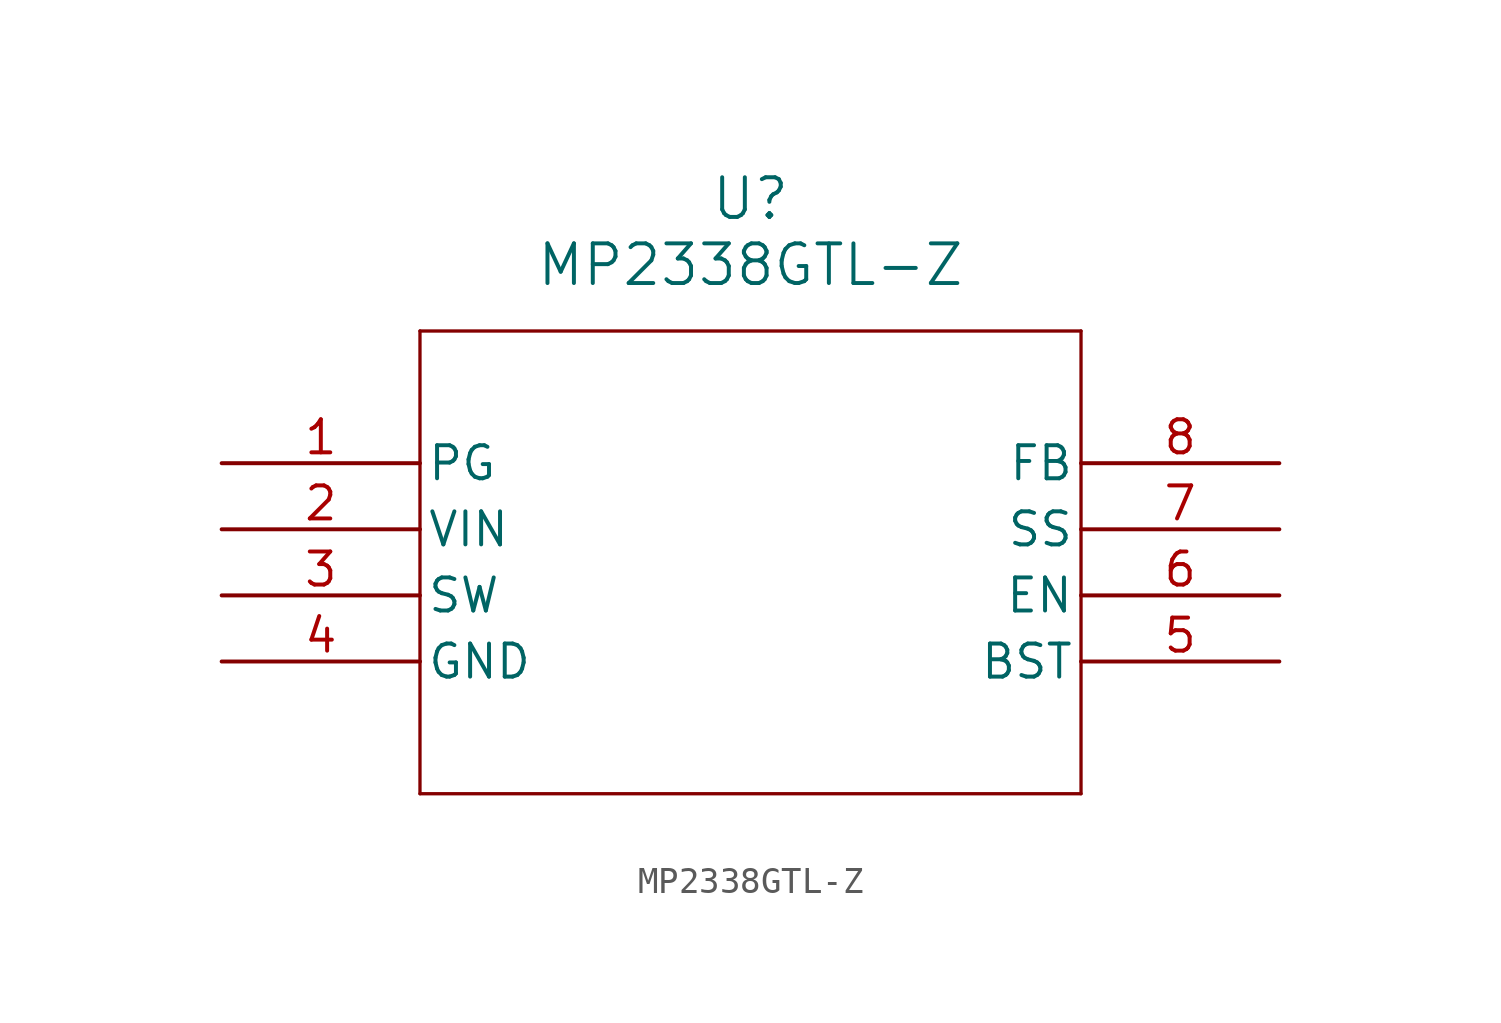
<source format=kicad_sym>
(kicad_symbol_lib
  (version 20241209)
  (generator "kicad_symbol_editor")
  (generator_version "9.0")
  (symbol "MP2338GTL-Z"
    (pin_names
      (offset 0.254))
    (property "Reference" "U"
      (at 20.32 10.16 0)
      (effects (font (size 1.524 1.524))))
    (property "Value" "MP2338GTL-Z"
      (at 20.32 7.62 0)
      (effects (font (size 1.524 1.524))))
    (property "ki_locked" ""
      (at 0 0 0)
      (effects (font (size 1.27 1.27))))
    (symbol "MP2338GTL-Z_0_1"
      (polyline (pts (xy 7.62 5.08) (xy 7.62 -12.7)) (stroke (width 0.127) (type default)) (fill (type none)))
      (polyline (pts (xy 7.62 -12.7) (xy 33.02 -12.7)) (stroke (width 0.127) (type default)) (fill (type none)))
      (polyline (pts (xy 33.02 5.08) (xy 7.62 5.08)) (stroke (width 0.127) (type default)) (fill (type none)))
      (polyline (pts (xy 33.02 -12.7) (xy 33.02 5.08)) (stroke (width 0.127) (type default)) (fill (type none)))
      (pin output line (at 0 0 0) (length 7.62) (name "PG" (effects (font (size 1.27 1.27)))) (number "1" (effects (font (size 1.27 1.27)))))
      (pin power_in line (at 0 -2.54 0) (length 7.62) (name "VIN" (effects (font (size 1.27 1.27)))) (number "2" (effects (font (size 1.27 1.27)))))
      (pin output line (at 0 -5.08 0) (length 7.62) (name "SW" (effects (font (size 1.27 1.27)))) (number "3" (effects (font (size 1.27 1.27)))))
      (pin power_in line (at 0 -7.62 0) (length 7.62) (name "GND" (effects (font (size 1.27 1.27)))) (number "4" (effects (font (size 1.27 1.27)))))
      (pin output line (at 40.64 0 180) (length 7.62) (name "FB" (effects (font (size 1.27 1.27)))) (number "8" (effects (font (size 1.27 1.27)))))
      (pin unspecified line (at 40.64 -2.54 180) (length 7.62) (name "SS" (effects (font (size 1.27 1.27)))) (number "7" (effects (font (size 1.27 1.27)))))
      (pin input line (at 40.64 -5.08 180) (length 7.62) (name "EN" (effects (font (size 1.27 1.27)))) (number "6" (effects (font (size 1.27 1.27)))))
      (pin power_in line (at 40.64 -7.62 180) (length 7.62) (name "BST" (effects (font (size 1.27 1.27)))) (number "5" (effects (font (size 1.27 1.27))))))))
</source>
